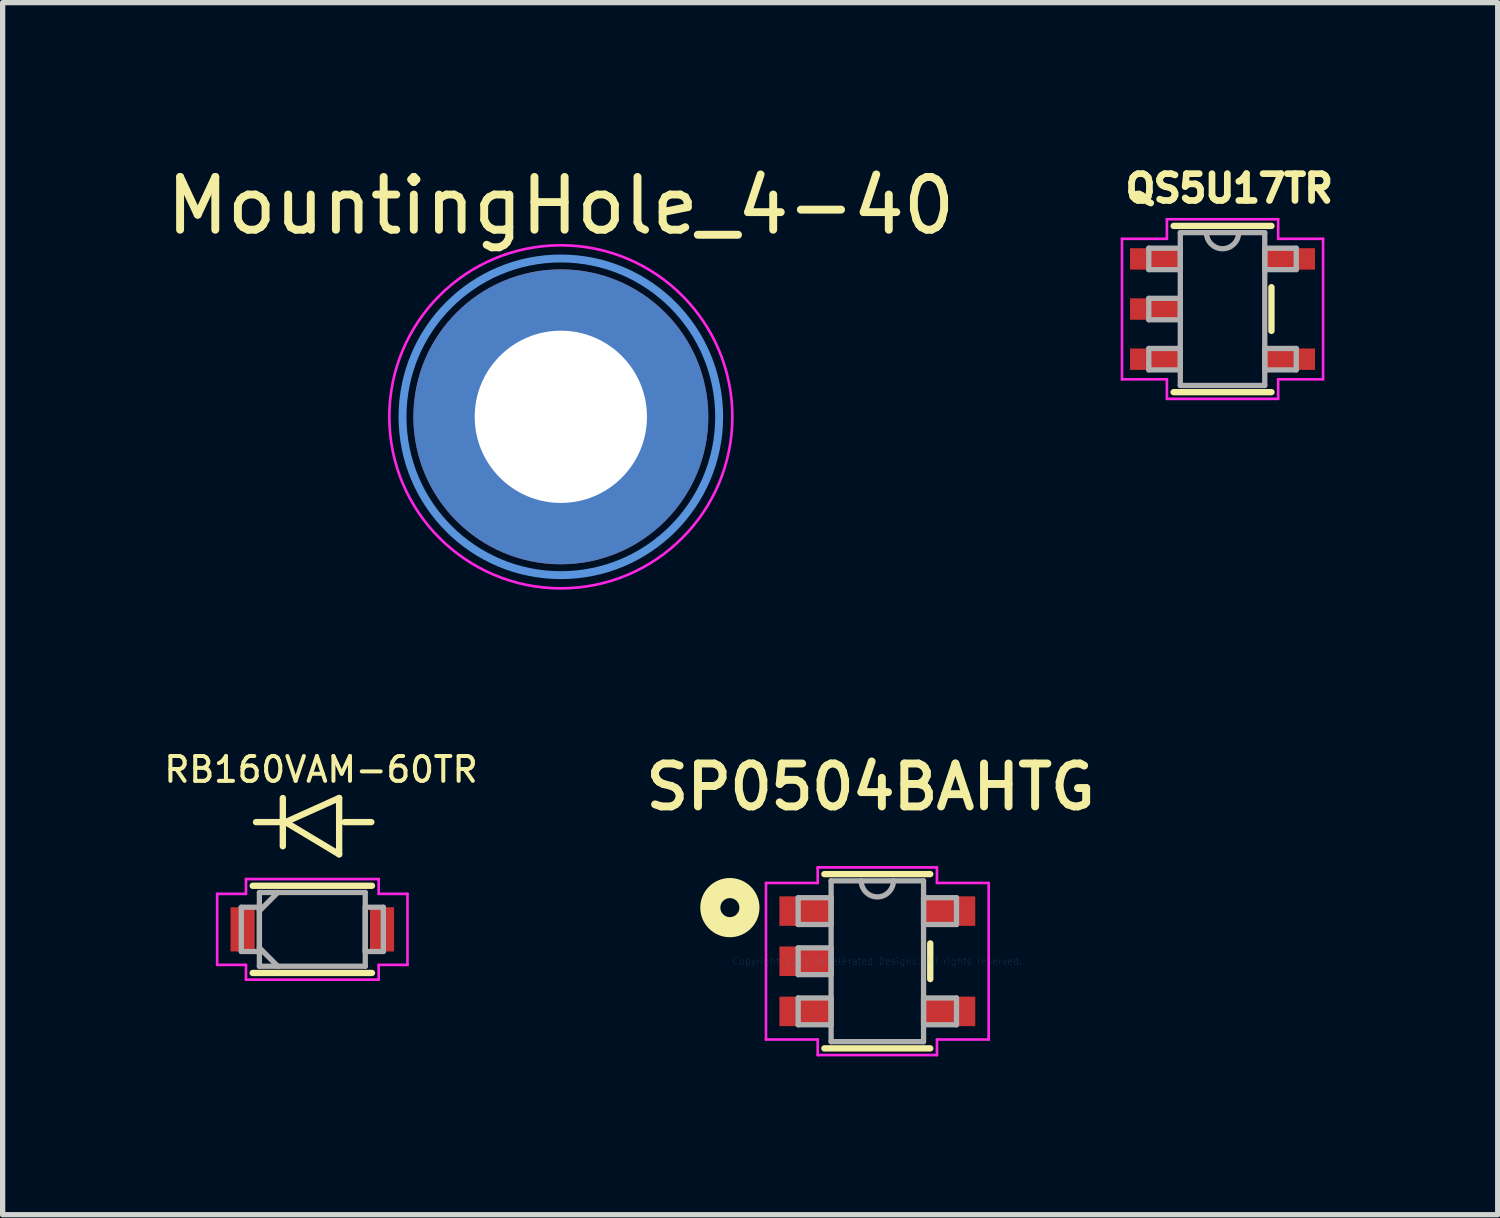
<source format=kicad_pcb>
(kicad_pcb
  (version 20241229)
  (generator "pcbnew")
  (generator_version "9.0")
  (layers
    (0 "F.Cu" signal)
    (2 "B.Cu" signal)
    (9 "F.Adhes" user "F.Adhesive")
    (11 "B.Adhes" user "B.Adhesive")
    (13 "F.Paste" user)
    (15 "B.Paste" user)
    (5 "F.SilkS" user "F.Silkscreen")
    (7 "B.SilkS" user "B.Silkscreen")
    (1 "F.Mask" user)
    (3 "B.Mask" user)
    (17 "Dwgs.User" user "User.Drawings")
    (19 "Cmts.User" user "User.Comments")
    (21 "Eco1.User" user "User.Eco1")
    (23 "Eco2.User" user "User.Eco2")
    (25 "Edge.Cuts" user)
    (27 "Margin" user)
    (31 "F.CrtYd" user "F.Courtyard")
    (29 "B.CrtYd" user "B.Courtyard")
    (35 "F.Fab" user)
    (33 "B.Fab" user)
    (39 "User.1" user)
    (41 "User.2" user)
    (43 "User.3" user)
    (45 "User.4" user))
  (footprint "QS5U17TR"
    (layer "F.Cu")
    (at 20.115 2.806)
    (property "Reference" "QS5U17TR" (at 0.127 -2.286 0) (layer "F.SilkS") (effects (font (size 0.508 0.508) (thickness 0.15))))
    (attr smd)
    (fp_line (start -0.927 1.575) (end 0.927 1.575) (stroke (width 0.12) (type solid)) (layer "F.SilkS"))
    (fp_line (start 0.927 -1.575) (end -0.927 -1.575) (stroke (width 0.12) (type solid)) (layer "F.SilkS"))
    (fp_line (start 0.927 0.414) (end 0.927 -0.414) (stroke (width 0.12) (type solid)) (layer "F.SilkS"))
    (fp_line (start -1.905 -1.331) (end -1.054 -1.331) (stroke (width 0.05) (type solid)) (layer "F.CrtYd"))
    (fp_line (start -1.905 1.331) (end -1.905 -1.331) (stroke (width 0.05) (type solid)) (layer "F.CrtYd"))
    (fp_line (start -1.054 -1.702) (end 1.054 -1.702) (stroke (width 0.05) (type solid)) (layer "F.CrtYd"))
    (fp_line (start -1.054 -1.331) (end -1.054 -1.702) (stroke (width 0.05) (type solid)) (layer "F.CrtYd"))
    (fp_line (start -1.054 1.331) (end -1.905 1.331) (stroke (width 0.05) (type solid)) (layer "F.CrtYd"))
    (fp_line (start -1.054 1.702) (end -1.054 1.331) (stroke (width 0.05) (type solid)) (layer "F.CrtYd"))
    (fp_line (start 1.054 -1.702) (end 1.054 -1.331) (stroke (width 0.05) (type solid)) (layer "F.CrtYd"))
    (fp_line (start 1.054 -1.331) (end 1.905 -1.331) (stroke (width 0.05) (type solid)) (layer "F.CrtYd"))
    (fp_line (start 1.054 1.331) (end 1.054 1.702) (stroke (width 0.05) (type solid)) (layer "F.CrtYd"))
    (fp_line (start 1.054 1.702) (end -1.054 1.702) (stroke (width 0.05) (type solid)) (layer "F.CrtYd"))
    (fp_line (start 1.905 -1.331) (end 1.905 1.331) (stroke (width 0.05) (type solid)) (layer "F.CrtYd"))
    (fp_line (start 1.905 1.331) (end 1.054 1.331) (stroke (width 0.05) (type solid)) (layer "F.CrtYd"))
    (fp_line (start -1.397 -1.153) (end -1.397 -0.747) (stroke (width 0.1) (type solid)) (layer "F.Fab"))
    (fp_line (start -1.397 -0.747) (end -0.8 -0.747) (stroke (width 0.1) (type solid)) (layer "F.Fab"))
    (fp_line (start -1.397 -0.203) (end -1.397 0.203) (stroke (width 0.1) (type solid)) (layer "F.Fab"))
    (fp_line (start -1.397 0.203) (end -0.8 0.203) (stroke (width 0.1) (type solid)) (layer "F.Fab"))
    (fp_line (start -1.397 0.747) (end -1.397 1.153) (stroke (width 0.1) (type solid)) (layer "F.Fab"))
    (fp_line (start -1.397 1.153) (end -0.8 1.153) (stroke (width 0.1) (type solid)) (layer "F.Fab"))
    (fp_line (start -0.8 -1.448) (end -0.8 1.448) (stroke (width 0.1) (type solid)) (layer "F.Fab"))
    (fp_line (start -0.8 -1.153) (end -1.397 -1.153) (stroke (width 0.1) (type solid)) (layer "F.Fab"))
    (fp_line (start -0.8 -0.747) (end -0.8 -1.153) (stroke (width 0.1) (type solid)) (layer "F.Fab"))
    (fp_line (start -0.8 -0.203) (end -1.397 -0.203) (stroke (width 0.1) (type solid)) (layer "F.Fab"))
    (fp_line (start -0.8 0.203) (end -0.8 -0.203) (stroke (width 0.1) (type solid)) (layer "F.Fab"))
    (fp_line (start -0.8 0.747) (end -1.397 0.747) (stroke (width 0.1) (type solid)) (layer "F.Fab"))
    (fp_line (start -0.8 1.153) (end -0.8 0.747) (stroke (width 0.1) (type solid)) (layer "F.Fab"))
    (fp_line (start -0.8 1.448) (end 0.8 1.448) (stroke (width 0.1) (type solid)) (layer "F.Fab"))
    (fp_line (start 0.8 -1.448) (end -0.8 -1.448) (stroke (width 0.1) (type solid)) (layer "F.Fab"))
    (fp_line (start 0.8 -1.153) (end 0.8 -0.747) (stroke (width 0.1) (type solid)) (layer "F.Fab"))
    (fp_line (start 0.8 -0.747) (end 1.397 -0.747) (stroke (width 0.1) (type solid)) (layer "F.Fab"))
    (fp_line (start 0.8 0.747) (end 0.8 1.153) (stroke (width 0.1) (type solid)) (layer "F.Fab"))
    (fp_line (start 0.8 1.153) (end 1.397 1.153) (stroke (width 0.1) (type solid)) (layer "F.Fab"))
    (fp_line (start 0.8 1.448) (end 0.8 -1.448) (stroke (width 0.1) (type solid)) (layer "F.Fab"))
    (fp_line (start 1.397 -1.153) (end 0.8 -1.153) (stroke (width 0.1) (type solid)) (layer "F.Fab"))
    (fp_line (start 1.397 -0.747) (end 1.397 -1.153) (stroke (width 0.1) (type solid)) (layer "F.Fab"))
    (fp_line (start 1.397 0.747) (end 0.8 0.747) (stroke (width 0.1) (type solid)) (layer "F.Fab"))
    (fp_line (start 1.397 1.153) (end 1.397 0.747) (stroke (width 0.1) (type solid)) (layer "F.Fab"))
    (fp_arc (start 0.3048 -1.4478) (mid 0 -1.143) (end -0.3048 -1.4478) (stroke (width 0.1) (type solid)) (layer "F.Fab"))
    (pad "1" smd rect (at -1.276 -0.95) (size 0.953 0.406) (layers "F.Cu" "F.Mask" "F.Paste"))
    (pad "2" smd rect (at -1.276 0) (size 0.953 0.406) (layers "F.Cu" "F.Mask" "F.Paste"))
    (pad "3" smd rect (at -1.276 0.95) (size 0.953 0.406) (layers "F.Cu" "F.Mask" "F.Paste"))
    (pad "4" smd rect (at 1.276 0.95) (size 0.953 0.406) (layers "F.Cu" "F.Mask" "F.Paste"))
    (pad "5" smd rect (at 1.276 -0.95) (size 0.953 0.406) (layers "F.Cu" "F.Mask" "F.Paste")))
  (footprint "RB160VAM-60TR"
    (layer "F.Cu")
    (at 2.868 14.56)
    (property "Reference" "RB160VAM-60TR" (at 0.165 -3.028 0) (layer "F.SilkS") (effects (font (size 0.47 0.47) (thickness 0.076))))
    (attr through_hole)
    (fp_line (start -1.13 0.826) (end 1.13 0.826) (stroke (width 0.12) (type solid)) (layer "F.SilkS"))
    (fp_line (start -0.559 -2.489) (end -0.559 -1.575) (stroke (width 0.12) (type solid)) (layer "F.SilkS"))
    (fp_line (start -0.508 -2.032) (end -1.067 -2.032) (stroke (width 0.12) (type solid)) (layer "F.SilkS"))
    (fp_line (start -0.508 -2.032) (end 0.508 -2.489) (stroke (width 0.12) (type solid)) (layer "F.SilkS"))
    (fp_line (start 0.508 -2.489) (end 0.508 -1.422) (stroke (width 0.12) (type solid)) (layer "F.SilkS"))
    (fp_line (start 0.508 -1.422) (end -0.508 -2.032) (stroke (width 0.12) (type solid)) (layer "F.SilkS"))
    (fp_line (start 0.61 -2.032) (end 1.118 -2.032) (stroke (width 0.12) (type solid)) (layer "F.SilkS"))
    (fp_line (start 1.13 -0.826) (end -1.13 -0.826) (stroke (width 0.12) (type solid)) (layer "F.SilkS"))
    (fp_line (start -1.803 -0.673) (end -1.257 -0.673) (stroke (width 0.05) (type solid)) (layer "F.CrtYd"))
    (fp_line (start -1.803 0.673) (end -1.803 -0.673) (stroke (width 0.05) (type solid)) (layer "F.CrtYd"))
    (fp_line (start -1.257 -0.953) (end 1.257 -0.953) (stroke (width 0.05) (type solid)) (layer "F.CrtYd"))
    (fp_line (start -1.257 -0.673) (end -1.257 -0.953) (stroke (width 0.05) (type solid)) (layer "F.CrtYd"))
    (fp_line (start -1.257 0.673) (end -1.803 0.673) (stroke (width 0.05) (type solid)) (layer "F.CrtYd"))
    (fp_line (start -1.257 0.953) (end -1.257 0.673) (stroke (width 0.05) (type solid)) (layer "F.CrtYd"))
    (fp_line (start 1.257 -0.953) (end 1.257 -0.673) (stroke (width 0.05) (type solid)) (layer "F.CrtYd"))
    (fp_line (start 1.257 -0.673) (end 1.803 -0.673) (stroke (width 0.05) (type solid)) (layer "F.CrtYd"))
    (fp_line (start 1.257 0.673) (end 1.257 0.953) (stroke (width 0.05) (type solid)) (layer "F.CrtYd"))
    (fp_line (start 1.257 0.953) (end -1.257 0.953) (stroke (width 0.05) (type solid)) (layer "F.CrtYd"))
    (fp_line (start 1.803 -0.673) (end 1.803 0.673) (stroke (width 0.05) (type solid)) (layer "F.CrtYd"))
    (fp_line (start 1.803 0.673) (end 1.257 0.673) (stroke (width 0.05) (type solid)) (layer "F.CrtYd"))
    (fp_line (start -1.346 -0.419) (end -1.346 0.419) (stroke (width 0.1) (type solid)) (layer "F.Fab"))
    (fp_line (start -1.346 0.419) (end -1.003 0.419) (stroke (width 0.1) (type solid)) (layer "F.Fab"))
    (fp_line (start -1.003 -0.699) (end -1.003 0.699) (stroke (width 0.1) (type solid)) (layer "F.Fab"))
    (fp_line (start -1.003 -0.419) (end -1.346 -0.419) (stroke (width 0.1) (type solid)) (layer "F.Fab"))
    (fp_line (start -1.003 -0.349) (end -0.654 -0.699) (stroke (width 0.1) (type solid)) (layer "F.Fab"))
    (fp_line (start -1.003 0.349) (end -0.654 0.699) (stroke (width 0.1) (type solid)) (layer "F.Fab"))
    (fp_line (start -1.003 0.419) (end -1.003 -0.419) (stroke (width 0.1) (type solid)) (layer "F.Fab"))
    (fp_line (start -1.003 0.699) (end 1.003 0.699) (stroke (width 0.1) (type solid)) (layer "F.Fab"))
    (fp_line (start 1.003 -0.699) (end -1.003 -0.699) (stroke (width 0.1) (type solid)) (layer "F.Fab"))
    (fp_line (start 1.003 -0.419) (end 1.003 0.419) (stroke (width 0.1) (type solid)) (layer "F.Fab"))
    (fp_line (start 1.003 0.419) (end 1.346 0.419) (stroke (width 0.1) (type solid)) (layer "F.Fab"))
    (fp_line (start 1.003 0.699) (end 1.003 -0.699) (stroke (width 0.1) (type solid)) (layer "F.Fab"))
    (fp_line (start 1.346 -0.419) (end 1.003 -0.419) (stroke (width 0.1) (type solid)) (layer "F.Fab"))
    (fp_line (start 1.346 0.419) (end 1.346 -0.419) (stroke (width 0.1) (type solid)) (layer "F.Fab"))
    (pad "1" smd rect (at -1.321 0) (size 0.457 0.838) (layers "F.Cu" "F.Mask" "F.Paste"))
    (pad "2" smd rect (at 1.321 0) (size 0.457 0.838) (layers "F.Cu" "F.Mask" "F.Paste")))
  (footprint "SP0504BAHTG"
    (layer "F.Cu")
    (at 13.574 15.164)
    (property "Reference" "SP0504BAHTG" (at -0.127 -3.302 0) (layer "F.SilkS") (effects (font (size 0.813 0.813) (thickness 0.15))))
    (attr through_hole)
    (fp_line (start -1.003 1.651) (end 1.003 1.651) (stroke (width 0.12) (type solid)) (layer "F.SilkS"))
    (fp_line (start 1.003 -1.651) (end -1.003 -1.651) (stroke (width 0.12) (type solid)) (layer "F.SilkS"))
    (fp_line (start 1.003 0.338) (end 1.003 -0.338) (stroke (width 0.12) (type solid)) (layer "F.SilkS"))
    (fp_circle (center -2.794 -1.016) (end -2.614 -1.016) (stroke (width 0.381) (type solid)) (fill no) (layer "F.SilkS"))
    (fp_line (start -2.11 -1.483) (end -1.13 -1.483) (stroke (width 0.05) (type solid)) (layer "F.CrtYd"))
    (fp_line (start -2.11 1.483) (end -2.11 -1.483) (stroke (width 0.05) (type solid)) (layer "F.CrtYd"))
    (fp_line (start -1.13 -1.778) (end 1.13 -1.778) (stroke (width 0.05) (type solid)) (layer "F.CrtYd"))
    (fp_line (start -1.13 -1.483) (end -1.13 -1.778) (stroke (width 0.05) (type solid)) (layer "F.CrtYd"))
    (fp_line (start -1.13 1.483) (end -2.11 1.483) (stroke (width 0.05) (type solid)) (layer "F.CrtYd"))
    (fp_line (start -1.13 1.778) (end -1.13 1.483) (stroke (width 0.05) (type solid)) (layer "F.CrtYd"))
    (fp_line (start 1.13 -1.778) (end 1.13 -1.483) (stroke (width 0.05) (type solid)) (layer "F.CrtYd"))
    (fp_line (start 1.13 -1.483) (end 2.11 -1.483) (stroke (width 0.05) (type solid)) (layer "F.CrtYd"))
    (fp_line (start 1.13 1.483) (end 1.13 1.778) (stroke (width 0.05) (type solid)) (layer "F.CrtYd"))
    (fp_line (start 1.13 1.778) (end -1.13 1.778) (stroke (width 0.05) (type solid)) (layer "F.CrtYd"))
    (fp_line (start 2.11 -1.483) (end 2.11 1.483) (stroke (width 0.05) (type solid)) (layer "F.CrtYd"))
    (fp_line (start 2.11 1.483) (end 1.13 1.483) (stroke (width 0.05) (type solid)) (layer "F.CrtYd"))
    (fp_line (start -1.5 -1.204) (end -1.5 -0.696) (stroke (width 0.1) (type solid)) (layer "F.Fab"))
    (fp_line (start -1.5 -0.696) (end -0.876 -0.696) (stroke (width 0.1) (type solid)) (layer "F.Fab"))
    (fp_line (start -1.5 -0.254) (end -1.5 0.254) (stroke (width 0.1) (type solid)) (layer "F.Fab"))
    (fp_line (start -1.5 0.254) (end -0.876 0.254) (stroke (width 0.1) (type solid)) (layer "F.Fab"))
    (fp_line (start -1.5 0.696) (end -1.5 1.204) (stroke (width 0.1) (type solid)) (layer "F.Fab"))
    (fp_line (start -1.5 1.204) (end -0.876 1.204) (stroke (width 0.1) (type solid)) (layer "F.Fab"))
    (fp_line (start -0.876 -1.524) (end -0.876 1.524) (stroke (width 0.1) (type solid)) (layer "F.Fab"))
    (fp_line (start -0.876 -1.204) (end -1.5 -1.204) (stroke (width 0.1) (type solid)) (layer "F.Fab"))
    (fp_line (start -0.876 -0.696) (end -0.876 -1.204) (stroke (width 0.1) (type solid)) (layer "F.Fab"))
    (fp_line (start -0.876 -0.254) (end -1.5 -0.254) (stroke (width 0.1) (type solid)) (layer "F.Fab"))
    (fp_line (start -0.876 0.254) (end -0.876 -0.254) (stroke (width 0.1) (type solid)) (layer "F.Fab"))
    (fp_line (start -0.876 0.696) (end -1.5 0.696) (stroke (width 0.1) (type solid)) (layer "F.Fab"))
    (fp_line (start -0.876 1.204) (end -0.876 0.696) (stroke (width 0.1) (type solid)) (layer "F.Fab"))
    (fp_line (start -0.876 1.524) (end 0.876 1.524) (stroke (width 0.1) (type solid)) (layer "F.Fab"))
    (fp_line (start 0.876 -1.524) (end -0.876 -1.524) (stroke (width 0.1) (type solid)) (layer "F.Fab"))
    (fp_line (start 0.876 -1.204) (end 0.876 -0.696) (stroke (width 0.1) (type solid)) (layer "F.Fab"))
    (fp_line (start 0.876 -0.696) (end 1.5 -0.696) (stroke (width 0.1) (type solid)) (layer "F.Fab"))
    (fp_line (start 0.876 0.696) (end 0.876 1.204) (stroke (width 0.1) (type solid)) (layer "F.Fab"))
    (fp_line (start 0.876 1.204) (end 1.5 1.204) (stroke (width 0.1) (type solid)) (layer "F.Fab"))
    (fp_line (start 0.876 1.524) (end 0.876 -1.524) (stroke (width 0.1) (type solid)) (layer "F.Fab"))
    (fp_line (start 1.5 -1.204) (end 0.876 -1.204) (stroke (width 0.1) (type solid)) (layer "F.Fab"))
    (fp_line (start 1.5 -0.696) (end 1.5 -1.204) (stroke (width 0.1) (type solid)) (layer "F.Fab"))
    (fp_line (start 1.5 0.696) (end 0.876 0.696) (stroke (width 0.1) (type solid)) (layer "F.Fab"))
    (fp_line (start 1.5 1.204) (end 1.5 0.696) (stroke (width 0.1) (type solid)) (layer "F.Fab"))
    (fp_arc (start 0.3048 -1.524) (mid 0 -1.2192) (end -0.3048 -1.524) (stroke (width 0.1) (type solid)) (layer "F.Fab"))
    (fp_text user "Copyright 2021 Accelerated Designs. All rights reserved." (at 0 0 0) (layer "Cmts.User") (effects (font (size 0.127 0.127) (thickness 0.002))))
    (pad "1" smd rect (at -1.366 -0.95) (size 0.979 0.559) (layers "F.Cu" "F.Mask" "F.Paste"))
    (pad "2" smd rect (at -1.366 0) (size 0.979 0.559) (layers "F.Cu" "F.Mask" "F.Paste"))
    (pad "3" smd rect (at -1.366 0.95) (size 0.979 0.559) (layers "F.Cu" "F.Mask" "F.Paste"))
    (pad "4" smd rect (at 1.366 0.95) (size 0.979 0.559) (layers "F.Cu" "F.Mask" "F.Paste"))
    (pad "5" smd rect (at 1.366 -0.95) (size 0.979 0.559) (layers "F.Cu" "F.Mask" "F.Paste")))
  (footprint "MountingHole_4-40"
    (layer "F.Cu")
    (at 7.577 4.848)
    (property "Reference" "MountingHole_4-40" (at 0 -4 0) (layer "F.SilkS") (effects (font (size 1 1) (thickness 0.15))))
    (attr exclude_from_pos_files exclude_from_bom)
    (fp_circle (center 0 0) (end 3 0) (stroke (width 0.15) (type solid)) (fill no) (layer "Cmts.User"))
    (fp_circle (center 0 0) (end 3.25 0) (stroke (width 0.05) (type solid)) (fill no) (layer "F.CrtYd"))
    (pad "1" thru_hole circle (at 0 0) (size 5.588 5.588) (drill 3.264) (layers "*.Cu" "*.Mask")))
  (gr_rect
    (start -3 -3)
    (end 25.329 19.967)
    (stroke (width 0.1) (type default))
    (fill no)
    (layer "Edge.Cuts")))
</source>
